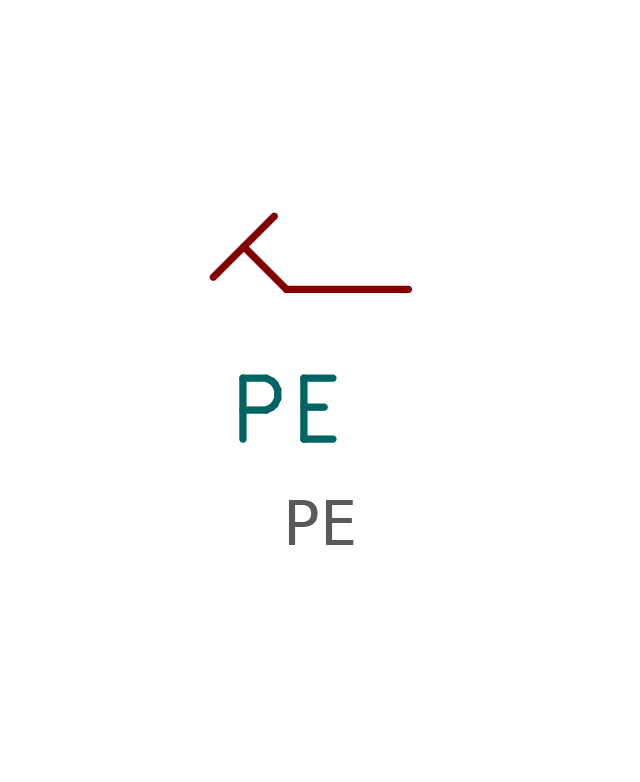
<source format=kicad_sym>
(kicad_symbol_lib
  (version 20231120)
  (generator "kicad_symbol_editor")
  (generator_version "8.0")
  (symbol "PE"
    (pin_names
      (offset 1.016))
    (property "Reference" "X"
      (at 0 5.08 0)
      (effects (font (size 1.27 1.27)) (hide yes)))
    (property "Value" "PE"
      (at 0 -2.54 0)
      (effects (font (size 1.27 1.27))))
    (symbol "PE_0_1"
      (polyline (pts (xy -1.524 0.254) (xy -0.254 1.524)) (stroke (width 0) (type solid)) (fill (type none)))
      (polyline (pts (xy -0.889 0.889) (xy 0 0)) (stroke (width 0) (type solid)) (fill (type none))))
    (symbol "PE_1_1"
      (pin input line (at 2.54 0 180) (length 2.54) (name "~" (effects (font (size 1.27 1.27)))) (number "~" (effects (font (size 1.27 1.27))))))))
</source>
